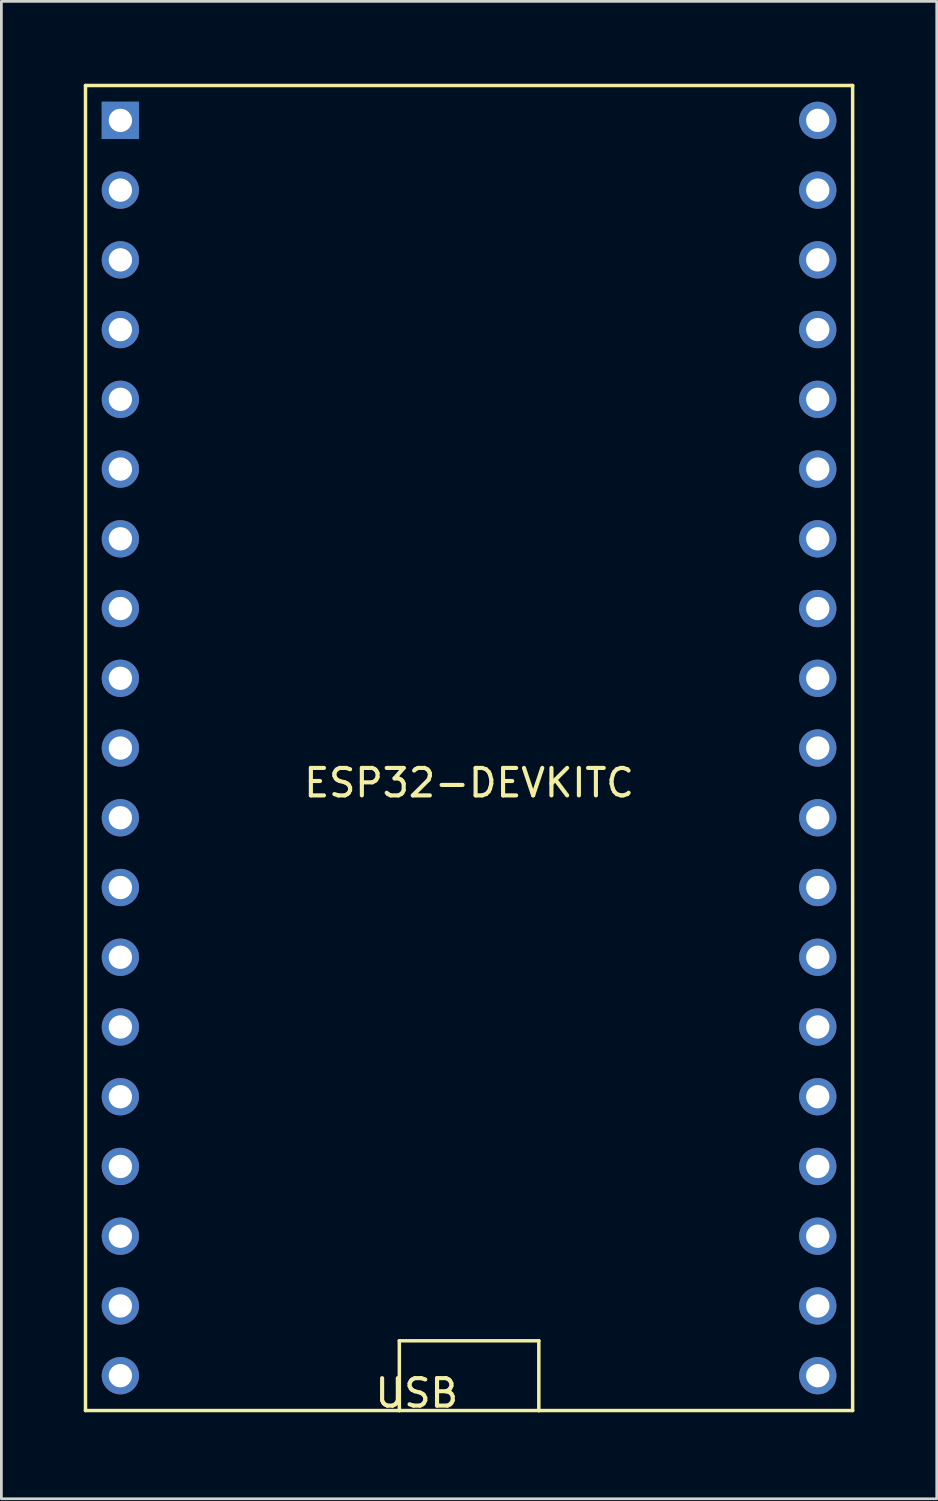
<source format=kicad_pcb>
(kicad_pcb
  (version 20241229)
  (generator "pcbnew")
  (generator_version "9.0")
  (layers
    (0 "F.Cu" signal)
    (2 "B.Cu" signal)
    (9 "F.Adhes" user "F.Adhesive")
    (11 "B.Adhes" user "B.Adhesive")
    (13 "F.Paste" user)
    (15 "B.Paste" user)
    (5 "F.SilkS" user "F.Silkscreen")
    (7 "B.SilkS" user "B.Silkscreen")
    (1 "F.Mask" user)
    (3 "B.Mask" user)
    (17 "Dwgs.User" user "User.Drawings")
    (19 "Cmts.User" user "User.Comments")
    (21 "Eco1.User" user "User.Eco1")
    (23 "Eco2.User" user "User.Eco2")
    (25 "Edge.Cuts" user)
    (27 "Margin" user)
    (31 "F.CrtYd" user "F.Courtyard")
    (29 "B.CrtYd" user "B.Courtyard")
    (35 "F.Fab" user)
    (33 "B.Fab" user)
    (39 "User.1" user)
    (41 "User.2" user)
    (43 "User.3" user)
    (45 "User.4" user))
  (footprint "ESP32-DEVKITC"
    (layer "F.Cu")
    (at 14.034 24.194)
    (property "Reference" "ESP32-DEVKITC" (at 0 1.27 0) (layer "F.SilkS") (effects (font (size 1 1) (thickness 0.15))))
    (attr through_hole)
    (fp_line (start -13.97 -24.13) (end 13.97 -24.13) (stroke (width 0.127) (type solid)) (layer "F.SilkS"))
    (fp_line (start -13.97 24.13) (end -13.97 -24.13) (stroke (width 0.127) (type solid)) (layer "F.SilkS"))
    (fp_line (start -2.54 21.59) (end 2.54 21.59) (stroke (width 0.127) (type solid)) (layer "F.SilkS"))
    (fp_line (start -2.54 24.13) (end -13.97 24.13) (stroke (width 0.127) (type solid)) (layer "F.SilkS"))
    (fp_line (start -2.54 24.13) (end -2.54 21.59) (stroke (width 0.127) (type solid)) (layer "F.SilkS"))
    (fp_line (start 2.54 21.59) (end 2.54 24.13) (stroke (width 0.127) (type solid)) (layer "F.SilkS"))
    (fp_line (start 2.54 24.13) (end -2.54 24.13) (stroke (width 0.127) (type solid)) (layer "F.SilkS"))
    (fp_line (start 13.97 -24.13) (end 13.97 24.13) (stroke (width 0.127) (type solid)) (layer "F.SilkS"))
    (fp_line (start 13.97 24.13) (end 2.54 24.13) (stroke (width 0.127) (type solid)) (layer "F.SilkS"))
    (fp_text user "USB" (at -1.905 23.495 0) (layer "F.SilkS") (effects (font (size 1 1) (thickness 0.15))))
    (pad "1" thru_hole rect (at -12.7 -22.86) (size 1.358 1.358) (drill 0.85) (layers "*.Cu" "*.Mask"))
    (pad "2" thru_hole circle (at -12.7 -20.32) (size 1.358 1.358) (drill 0.85) (layers "*.Cu" "*.Mask"))
    (pad "3" thru_hole circle (at -12.7 -17.78) (size 1.358 1.358) (drill 0.85) (layers "*.Cu" "*.Mask"))
    (pad "4" thru_hole circle (at -12.7 -15.24) (size 1.358 1.358) (drill 0.85) (layers "*.Cu" "*.Mask"))
    (pad "5" thru_hole circle (at -12.7 -12.7) (size 1.358 1.358) (drill 0.85) (layers "*.Cu" "*.Mask"))
    (pad "6" thru_hole circle (at -12.7 -10.16) (size 1.358 1.358) (drill 0.85) (layers "*.Cu" "*.Mask"))
    (pad "7" thru_hole circle (at -12.7 -7.62) (size 1.358 1.358) (drill 0.85) (layers "*.Cu" "*.Mask"))
    (pad "8" thru_hole circle (at -12.7 -5.08) (size 1.358 1.358) (drill 0.85) (layers "*.Cu" "*.Mask"))
    (pad "9" thru_hole circle (at -12.7 -2.54) (size 1.358 1.358) (drill 0.85) (layers "*.Cu" "*.Mask"))
    (pad "10" thru_hole circle (at -12.7 0) (size 1.358 1.358) (drill 0.85) (layers "*.Cu" "*.Mask"))
    (pad "11" thru_hole circle (at -12.7 2.54) (size 1.358 1.358) (drill 0.85) (layers "*.Cu" "*.Mask"))
    (pad "12" thru_hole circle (at -12.7 5.08) (size 1.358 1.358) (drill 0.85) (layers "*.Cu" "*.Mask"))
    (pad "13" thru_hole circle (at -12.7 7.62) (size 1.358 1.358) (drill 0.85) (layers "*.Cu" "*.Mask"))
    (pad "14" thru_hole circle (at -12.7 10.16) (size 1.358 1.358) (drill 0.85) (layers "*.Cu" "*.Mask"))
    (pad "15" thru_hole circle (at -12.7 12.7) (size 1.358 1.358) (drill 0.85) (layers "*.Cu" "*.Mask"))
    (pad "16" thru_hole circle (at -12.7 15.24) (size 1.358 1.358) (drill 0.85) (layers "*.Cu" "*.Mask"))
    (pad "17" thru_hole circle (at -12.7 17.78) (size 1.358 1.358) (drill 0.85) (layers "*.Cu" "*.Mask"))
    (pad "18" thru_hole circle (at -12.7 20.32) (size 1.358 1.358) (drill 0.85) (layers "*.Cu" "*.Mask"))
    (pad "19" thru_hole circle (at -12.7 22.86) (size 1.358 1.358) (drill 0.85) (layers "*.Cu" "*.Mask"))
    (pad "20" thru_hole circle (at 12.7 22.86) (size 1.358 1.358) (drill 0.85) (layers "*.Cu" "*.Mask"))
    (pad "21" thru_hole circle (at 12.7 20.32) (size 1.358 1.358) (drill 0.85) (layers "*.Cu" "*.Mask"))
    (pad "22" thru_hole circle (at 12.7 17.78) (size 1.358 1.358) (drill 0.85) (layers "*.Cu" "*.Mask"))
    (pad "23" thru_hole circle (at 12.7 15.24) (size 1.358 1.358) (drill 0.85) (layers "*.Cu" "*.Mask"))
    (pad "24" thru_hole circle (at 12.7 12.7) (size 1.358 1.358) (drill 0.85) (layers "*.Cu" "*.Mask"))
    (pad "25" thru_hole circle (at 12.7 10.16) (size 1.358 1.358) (drill 0.85) (layers "*.Cu" "*.Mask"))
    (pad "26" thru_hole circle (at 12.7 7.62) (size 1.358 1.358) (drill 0.85) (layers "*.Cu" "*.Mask"))
    (pad "27" thru_hole circle (at 12.7 5.08) (size 1.358 1.358) (drill 0.85) (layers "*.Cu" "*.Mask"))
    (pad "28" thru_hole circle (at 12.7 2.54) (size 1.358 1.358) (drill 0.85) (layers "*.Cu" "*.Mask"))
    (pad "29" thru_hole circle (at 12.7 0) (size 1.358 1.358) (drill 0.85) (layers "*.Cu" "*.Mask"))
    (pad "30" thru_hole circle (at 12.7 -2.54) (size 1.358 1.358) (drill 0.85) (layers "*.Cu" "*.Mask"))
    (pad "31" thru_hole circle (at 12.7 -5.08) (size 1.358 1.358) (drill 0.85) (layers "*.Cu" "*.Mask"))
    (pad "32" thru_hole circle (at 12.7 -7.62) (size 1.358 1.358) (drill 0.85) (layers "*.Cu" "*.Mask"))
    (pad "33" thru_hole circle (at 12.7 -10.16) (size 1.358 1.358) (drill 0.85) (layers "*.Cu" "*.Mask"))
    (pad "34" thru_hole circle (at 12.7 -12.7) (size 1.358 1.358) (drill 0.85) (layers "*.Cu" "*.Mask"))
    (pad "35" thru_hole circle (at 12.7 -15.24) (size 1.358 1.358) (drill 0.85) (layers "*.Cu" "*.Mask"))
    (pad "36" thru_hole circle (at 12.7 -17.78) (size 1.358 1.358) (drill 0.85) (layers "*.Cu" "*.Mask"))
    (pad "37" thru_hole circle (at 12.7 -20.32) (size 1.358 1.358) (drill 0.85) (layers "*.Cu" "*.Mask"))
    (pad "38" thru_hole circle (at 12.7 -22.86) (size 1.358 1.358) (drill 0.85) (layers "*.Cu" "*.Mask")))
  (gr_rect
    (start -3 -3)
    (end 31.067 51.537)
    (stroke (width 0.1) (type default))
    (fill no)
    (layer "Edge.Cuts")))
</source>
